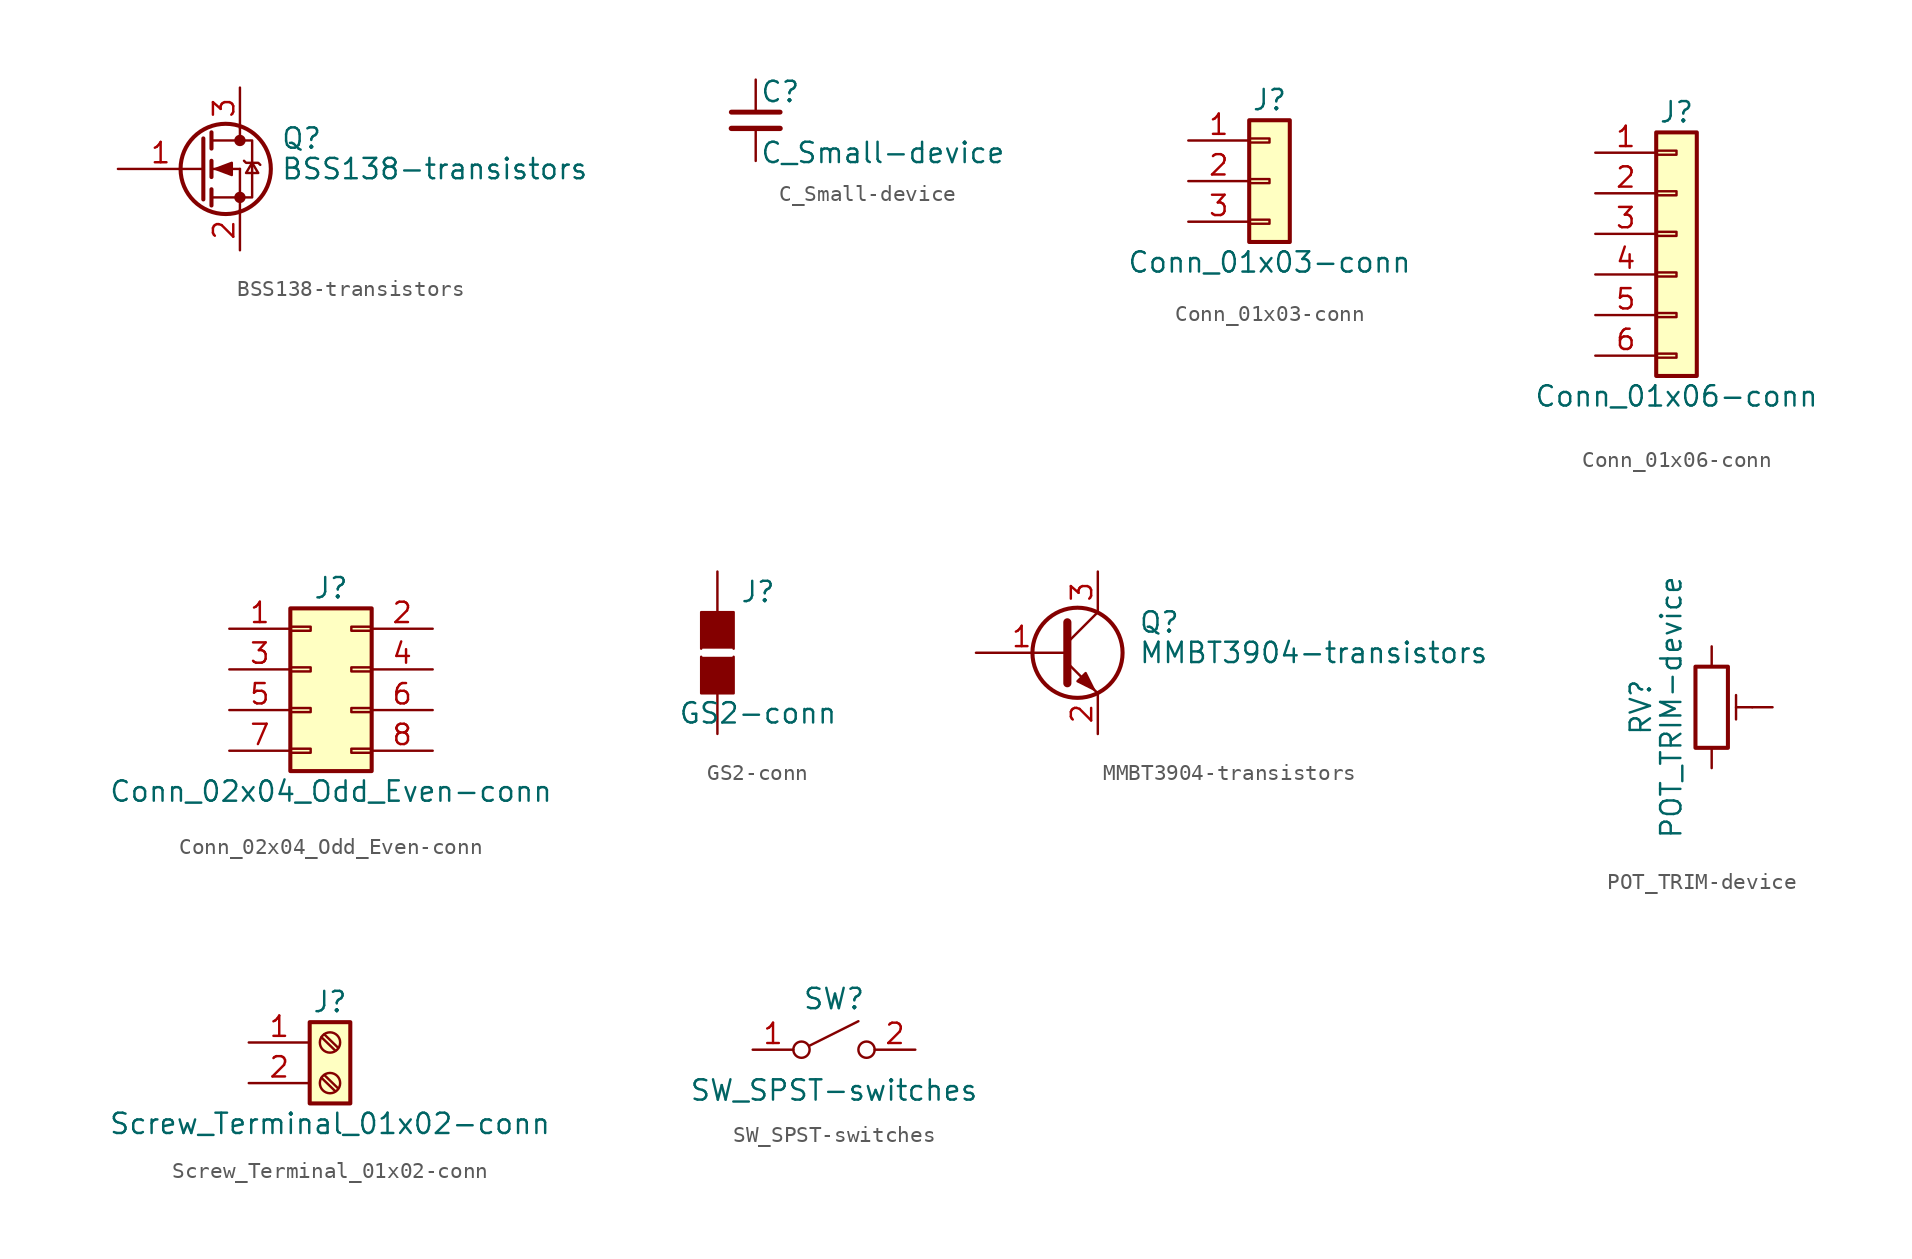
<source format=kicad_sym>
(kicad_symbol_lib
  (version 20231120)
  (generator "kicad_symbol_editor")
  (generator_version "8.0")
  (symbol "BSS138-transistors"
    (pin_names
      (offset 0) hide)
    (property "Reference" "Q"
      (at 5.08 1.905 0)
      (effects (font (size 1.27 1.27)) (justify left)))
    (property "Value" "BSS138-transistors"
      (at 5.08 0 0)
      (effects (font (size 1.27 1.27)) (justify left)))
    (symbol "BSS138-transistors_0_1"
      (polyline (pts (xy 0.762 -1.778) (xy 2.54 -1.778)) (stroke (width 0) (type solid)) (fill (type none)))
      (polyline (pts (xy 0.762 -1.27) (xy 0.762 -2.286)) (stroke (width 0.254) (type solid)) (fill (type none)))
      (polyline (pts (xy 0.762 0) (xy 2.54 0)) (stroke (width 0) (type solid)) (fill (type none)))
      (polyline (pts (xy 0.762 0.508) (xy 0.762 -0.508)) (stroke (width 0.254) (type solid)) (fill (type none)))
      (polyline (pts (xy 0.762 1.778) (xy 2.54 1.778)) (stroke (width 0) (type solid)) (fill (type none)))
      (polyline (pts (xy 0.762 2.286) (xy 0.762 1.27)) (stroke (width 0.254) (type solid)) (fill (type none)))
      (polyline (pts (xy 2.54 -1.778) (xy 2.54 -2.54)) (stroke (width 0) (type solid)) (fill (type none)))
      (polyline (pts (xy 2.54 -1.778) (xy 2.54 0)) (stroke (width 0) (type solid)) (fill (type none)))
      (polyline (pts (xy 2.54 2.54) (xy 2.54 1.778)) (stroke (width 0) (type solid)) (fill (type none)))
      (polyline (pts (xy 0.254 1.905) (xy 0.254 -1.905) (xy 0.254 -1.905)) (stroke (width 0.254) (type solid)) (fill (type none)))
      (polyline (pts (xy 1.016 0) (xy 2.032 0.381) (xy 2.032 -0.381) (xy 1.016 0)) (stroke (width 0) (type solid)) (fill (type outline)))
      (polyline (pts (xy 2.54 -1.778) (xy 3.302 -1.778) (xy 3.302 1.778) (xy 2.54 1.778)) (stroke (width 0) (type solid)) (fill (type none)))
      (polyline (pts (xy 2.794 0.508) (xy 2.921 0.381) (xy 3.683 0.381) (xy 3.81 0.254)) (stroke (width 0) (type solid)) (fill (type none)))
      (polyline (pts (xy 3.302 0.381) (xy 2.921 -0.254) (xy 3.683 -0.254) (xy 3.302 0.381)) (stroke (width 0) (type solid)) (fill (type none)))
      (circle (center 1.651 0) (radius 2.819) (stroke (width 0.254) (type solid)) (fill (type none)))
      (circle (center 2.54 -1.778) (radius 0.279) (stroke (width 0) (type solid)) (fill (type outline)))
      (circle (center 2.54 1.778) (radius 0.279) (stroke (width 0) (type solid)) (fill (type outline))))
    (symbol "BSS138-transistors_1_1"
      (pin input line (at -5.08 0 0) (length 5.334) (name "G" (effects (font (size 1.27 1.27)))) (number "1" (effects (font (size 1.27 1.27)))))
      (pin passive line (at 2.54 -5.08 90) (length 2.54) (name "S" (effects (font (size 1.27 1.27)))) (number "2" (effects (font (size 1.27 1.27)))))
      (pin passive line (at 2.54 5.08 270) (length 2.54) (name "D" (effects (font (size 1.27 1.27)))) (number "3" (effects (font (size 1.27 1.27)))))))
  (symbol "C_Small-device"
    (pin_numbers hide)
    (pin_names
      (offset 0.254) hide)
    (property "Reference" "C"
      (at 0.254 1.778 0)
      (effects (font (size 1.27 1.27)) (justify left)))
    (property "Value" "C_Small-device"
      (at 0.254 -2.032 0)
      (effects (font (size 1.27 1.27)) (justify left)))
    (symbol "C_Small-device_0_1"
      (polyline (pts (xy -1.524 -0.508) (xy 1.524 -0.508)) (stroke (width 0.33) (type solid)) (fill (type none)))
      (polyline (pts (xy -1.524 0.508) (xy 1.524 0.508)) (stroke (width 0.305) (type solid)) (fill (type none))))
    (symbol "C_Small-device_1_1"
      (pin passive line (at 0 2.54 270) (length 2.032) (name "~" (effects (font (size 1.27 1.27)))) (number "1" (effects (font (size 1.27 1.27)))))
      (pin passive line (at 0 -2.54 90) (length 2.032) (name "~" (effects (font (size 1.27 1.27)))) (number "2" (effects (font (size 1.27 1.27)))))))
  (symbol "Conn_01x03-conn"
    (pin_names
      (offset 1.016) hide)
    (property "Reference" "J"
      (at 0 5.08 0)
      (effects (font (size 1.27 1.27))))
    (property "Value" "Conn_01x03-conn"
      (at 0 -5.08 0)
      (effects (font (size 1.27 1.27))))
    (symbol "Conn_01x03-conn_1_1"
      (rectangle (start -1.27 -2.413) (end 0 -2.667) (stroke (width 0.152) (type solid)) (fill (type none)))
      (rectangle (start -1.27 0.127) (end 0 -0.127) (stroke (width 0.152) (type solid)) (fill (type none)))
      (rectangle (start -1.27 2.667) (end 0 2.413) (stroke (width 0.152) (type solid)) (fill (type none)))
      (rectangle (start -1.27 3.81) (end 1.27 -3.81) (stroke (width 0.254) (type solid)) (fill (type background)))
      (pin passive line (at -5.08 2.54 0) (length 3.81) (name "Pin_1" (effects (font (size 1.27 1.27)))) (number "1" (effects (font (size 1.27 1.27)))))
      (pin passive line (at -5.08 0 0) (length 3.81) (name "Pin_2" (effects (font (size 1.27 1.27)))) (number "2" (effects (font (size 1.27 1.27)))))
      (pin passive line (at -5.08 -2.54 0) (length 3.81) (name "Pin_3" (effects (font (size 1.27 1.27)))) (number "3" (effects (font (size 1.27 1.27)))))))
  (symbol "Conn_01x06-conn"
    (pin_names
      (offset 1.016) hide)
    (property "Reference" "J"
      (at 0 7.62 0)
      (effects (font (size 1.27 1.27))))
    (property "Value" "Conn_01x06-conn"
      (at 0 -10.16 0)
      (effects (font (size 1.27 1.27))))
    (symbol "Conn_01x06-conn_1_1"
      (rectangle (start -1.27 -7.493) (end 0 -7.747) (stroke (width 0.152) (type solid)) (fill (type none)))
      (rectangle (start -1.27 -4.953) (end 0 -5.207) (stroke (width 0.152) (type solid)) (fill (type none)))
      (rectangle (start -1.27 -2.413) (end 0 -2.667) (stroke (width 0.152) (type solid)) (fill (type none)))
      (rectangle (start -1.27 0.127) (end 0 -0.127) (stroke (width 0.152) (type solid)) (fill (type none)))
      (rectangle (start -1.27 2.667) (end 0 2.413) (stroke (width 0.152) (type solid)) (fill (type none)))
      (rectangle (start -1.27 5.207) (end 0 4.953) (stroke (width 0.152) (type solid)) (fill (type none)))
      (rectangle (start -1.27 6.35) (end 1.27 -8.89) (stroke (width 0.254) (type solid)) (fill (type background)))
      (pin passive line (at -5.08 5.08 0) (length 3.81) (name "Pin_1" (effects (font (size 1.27 1.27)))) (number "1" (effects (font (size 1.27 1.27)))))
      (pin passive line (at -5.08 2.54 0) (length 3.81) (name "Pin_2" (effects (font (size 1.27 1.27)))) (number "2" (effects (font (size 1.27 1.27)))))
      (pin passive line (at -5.08 0 0) (length 3.81) (name "Pin_3" (effects (font (size 1.27 1.27)))) (number "3" (effects (font (size 1.27 1.27)))))
      (pin passive line (at -5.08 -2.54 0) (length 3.81) (name "Pin_4" (effects (font (size 1.27 1.27)))) (number "4" (effects (font (size 1.27 1.27)))))
      (pin passive line (at -5.08 -5.08 0) (length 3.81) (name "Pin_5" (effects (font (size 1.27 1.27)))) (number "5" (effects (font (size 1.27 1.27)))))
      (pin passive line (at -5.08 -7.62 0) (length 3.81) (name "Pin_6" (effects (font (size 1.27 1.27)))) (number "6" (effects (font (size 1.27 1.27)))))))
  (symbol "Conn_02x04_Odd_Even-conn"
    (pin_names
      (offset 1.016) hide)
    (property "Reference" "J"
      (at 1.27 5.08 0)
      (effects (font (size 1.27 1.27))))
    (property "Value" "Conn_02x04_Odd_Even-conn"
      (at 1.27 -7.62 0)
      (effects (font (size 1.27 1.27))))
    (symbol "Conn_02x04_Odd_Even-conn_1_1"
      (rectangle (start -1.27 -4.953) (end 0 -5.207) (stroke (width 0.152) (type solid)) (fill (type none)))
      (rectangle (start -1.27 -2.413) (end 0 -2.667) (stroke (width 0.152) (type solid)) (fill (type none)))
      (rectangle (start -1.27 0.127) (end 0 -0.127) (stroke (width 0.152) (type solid)) (fill (type none)))
      (rectangle (start -1.27 2.667) (end 0 2.413) (stroke (width 0.152) (type solid)) (fill (type none)))
      (rectangle (start -1.27 3.81) (end 3.81 -6.35) (stroke (width 0.254) (type solid)) (fill (type background)))
      (rectangle (start 3.81 -4.953) (end 2.54 -5.207) (stroke (width 0.152) (type solid)) (fill (type none)))
      (rectangle (start 3.81 -2.413) (end 2.54 -2.667) (stroke (width 0.152) (type solid)) (fill (type none)))
      (rectangle (start 3.81 0.127) (end 2.54 -0.127) (stroke (width 0.152) (type solid)) (fill (type none)))
      (rectangle (start 3.81 2.667) (end 2.54 2.413) (stroke (width 0.152) (type solid)) (fill (type none)))
      (pin passive line (at -5.08 2.54 0) (length 3.81) (name "Pin_1" (effects (font (size 1.27 1.27)))) (number "1" (effects (font (size 1.27 1.27)))))
      (pin passive line (at 7.62 2.54 180) (length 3.81) (name "Pin_2" (effects (font (size 1.27 1.27)))) (number "2" (effects (font (size 1.27 1.27)))))
      (pin passive line (at -5.08 0 0) (length 3.81) (name "Pin_3" (effects (font (size 1.27 1.27)))) (number "3" (effects (font (size 1.27 1.27)))))
      (pin passive line (at 7.62 0 180) (length 3.81) (name "Pin_4" (effects (font (size 1.27 1.27)))) (number "4" (effects (font (size 1.27 1.27)))))
      (pin passive line (at -5.08 -2.54 0) (length 3.81) (name "Pin_5" (effects (font (size 1.27 1.27)))) (number "5" (effects (font (size 1.27 1.27)))))
      (pin passive line (at 7.62 -2.54 180) (length 3.81) (name "Pin_6" (effects (font (size 1.27 1.27)))) (number "6" (effects (font (size 1.27 1.27)))))
      (pin passive line (at -5.08 -5.08 0) (length 3.81) (name "Pin_7" (effects (font (size 1.27 1.27)))) (number "7" (effects (font (size 1.27 1.27)))))
      (pin passive line (at 7.62 -5.08 180) (length 3.81) (name "Pin_8" (effects (font (size 1.27 1.27)))) (number "8" (effects (font (size 1.27 1.27)))))))
  (symbol "GS2-conn"
    (pin_numbers hide)
    (pin_names
      (offset 1.016) hide)
    (property "Reference" "J"
      (at 2.54 3.81 0)
      (effects (font (size 1.27 1.27))))
    (property "Value" "GS2-conn"
      (at 2.54 -3.785 0)
      (effects (font (size 1.27 1.27))))
    (symbol "GS2-conn_0_1"
      (polyline (pts (xy -1.016 -0.254) (xy -1.016 -2.54) (xy 1.016 -2.54) (xy 1.016 -0.254)) (stroke (width 0) (type solid)) (fill (type outline)))
      (polyline (pts (xy -1.016 0.254) (xy -1.016 2.54) (xy 1.016 2.54) (xy 1.016 0.254)) (stroke (width 0) (type solid)) (fill (type outline))))
    (symbol "GS2-conn_1_1"
      (pin passive line (at 0 5.08 270) (length 2.54) (name "G1" (effects (font (size 1.27 1.27)))) (number "1" (effects (font (size 1.27 1.27)))))
      (pin passive line (at 0 -5.08 90) (length 2.54) (name "G2" (effects (font (size 1.27 1.27)))) (number "2" (effects (font (size 1.27 1.27)))))))
  (symbol "MMBT3904-transistors"
    (pin_names
      (offset 0) hide)
    (property "Reference" "Q"
      (at 5.08 1.905 0)
      (effects (font (size 1.27 1.27)) (justify left)))
    (property "Value" "MMBT3904-transistors"
      (at 5.08 0 0)
      (effects (font (size 1.27 1.27)) (justify left)))
    (symbol "MMBT3904-transistors_0_1"
      (polyline (pts (xy 0.635 0.635) (xy 2.54 2.54)) (stroke (width 0) (type solid)) (fill (type none)))
      (polyline (pts (xy 0.635 -0.635) (xy 2.54 -2.54) (xy 2.54 -2.54)) (stroke (width 0) (type solid)) (fill (type none)))
      (polyline (pts (xy 0.635 1.905) (xy 0.635 -1.905) (xy 0.635 -1.905)) (stroke (width 0.508) (type solid)) (fill (type none)))
      (polyline (pts (xy 1.27 -1.778) (xy 1.778 -1.27) (xy 2.286 -2.286) (xy 1.27 -1.778) (xy 1.27 -1.778)) (stroke (width 0) (type solid)) (fill (type outline)))
      (circle (center 1.27 0) (radius 2.819) (stroke (width 0.254) (type solid)) (fill (type none))))
    (symbol "MMBT3904-transistors_1_1"
      (pin input line (at -5.08 0 0) (length 5.715) (name "B" (effects (font (size 1.27 1.27)))) (number "1" (effects (font (size 1.27 1.27)))))
      (pin passive line (at 2.54 -5.08 90) (length 2.54) (name "E" (effects (font (size 1.27 1.27)))) (number "2" (effects (font (size 1.27 1.27)))))
      (pin passive line (at 2.54 5.08 270) (length 2.54) (name "C" (effects (font (size 1.27 1.27)))) (number "3" (effects (font (size 1.27 1.27)))))))
  (symbol "POT_TRIM-device"
    (pin_numbers hide)
    (pin_names
      (offset 1.016) hide)
    (property "Reference" "RV"
      (at -4.445 0 90)
      (effects (font (size 1.27 1.27))))
    (property "Value" "POT_TRIM-device"
      (at -2.54 0 90)
      (effects (font (size 1.27 1.27))))
    (symbol "POT_TRIM-device_0_1"
      (polyline (pts (xy 1.524 0.762) (xy 1.524 -0.762)) (stroke (width 0) (type solid)) (fill (type none)))
      (polyline (pts (xy 2.54 0) (xy 1.524 0)) (stroke (width 0) (type solid)) (fill (type none)))
      (rectangle (start 1.016 2.54) (end -1.016 -2.54) (stroke (width 0.254) (type solid)) (fill (type none))))
    (symbol "POT_TRIM-device_1_1"
      (pin passive line (at 0 3.81 270) (length 1.27) (name "1" (effects (font (size 1.27 1.27)))) (number "1" (effects (font (size 1.27 1.27)))))
      (pin passive line (at 3.81 0 180) (length 1.27) (name "2" (effects (font (size 1.27 1.27)))) (number "2" (effects (font (size 1.27 1.27)))))
      (pin passive line (at 0 -3.81 90) (length 1.27) (name "3" (effects (font (size 1.27 1.27)))) (number "3" (effects (font (size 1.27 1.27)))))))
  (symbol "Screw_Terminal_01x02-conn"
    (pin_names
      (offset 1.016) hide)
    (property "Reference" "J"
      (at 0 2.54 0)
      (effects (font (size 1.27 1.27))))
    (property "Value" "Screw_Terminal_01x02-conn"
      (at 0 -5.08 0)
      (effects (font (size 1.27 1.27))))
    (symbol "Screw_Terminal_01x02-conn_1_1"
      (rectangle (start -1.27 1.27) (end 1.27 -3.81) (stroke (width 0.254) (type solid)) (fill (type background)))
      (circle (center 0 -2.54) (radius 0.635) (stroke (width 0.152) (type solid)) (fill (type none)))
      (polyline (pts (xy -0.533 -2.21) (xy 0.33 -3.048)) (stroke (width 0.152) (type solid)) (fill (type none)))
      (polyline (pts (xy -0.533 0.33) (xy 0.33 -0.508)) (stroke (width 0.152) (type solid)) (fill (type none)))
      (polyline (pts (xy -0.356 -2.032) (xy 0.508 -2.87)) (stroke (width 0.152) (type solid)) (fill (type none)))
      (polyline (pts (xy -0.356 0.508) (xy 0.508 -0.33)) (stroke (width 0.152) (type solid)) (fill (type none)))
      (circle (center 0 0) (radius 0.635) (stroke (width 0.152) (type solid)) (fill (type none)))
      (pin passive line (at -5.08 0 0) (length 3.81) (name "Pin_1" (effects (font (size 1.27 1.27)))) (number "1" (effects (font (size 1.27 1.27)))))
      (pin passive line (at -5.08 -2.54 0) (length 3.81) (name "Pin_2" (effects (font (size 1.27 1.27)))) (number "2" (effects (font (size 1.27 1.27)))))))
  (symbol "SW_SPST-switches"
    (pin_names
      (offset 0) hide)
    (property "Reference" "SW"
      (at 0 3.175 0)
      (effects (font (size 1.27 1.27))))
    (property "Value" "SW_SPST-switches"
      (at 0 -2.54 0)
      (effects (font (size 1.27 1.27))))
    (symbol "SW_SPST-switches_0_0"
      (circle (center -2.032 0) (radius 0.508) (stroke (width 0) (type solid)) (fill (type none)))
      (polyline (pts (xy -1.524 0.254) (xy 1.524 1.778)) (stroke (width 0) (type solid)) (fill (type none)))
      (circle (center 2.032 0) (radius 0.508) (stroke (width 0) (type solid)) (fill (type none))))
    (symbol "SW_SPST-switches_1_1"
      (pin passive line (at -5.08 0 0) (length 2.54) (name "A" (effects (font (size 1.27 1.27)))) (number "1" (effects (font (size 1.27 1.27)))))
      (pin passive line (at 5.08 0 180) (length 2.54) (name "B" (effects (font (size 1.27 1.27)))) (number "2" (effects (font (size 1.27 1.27))))))))
</source>
